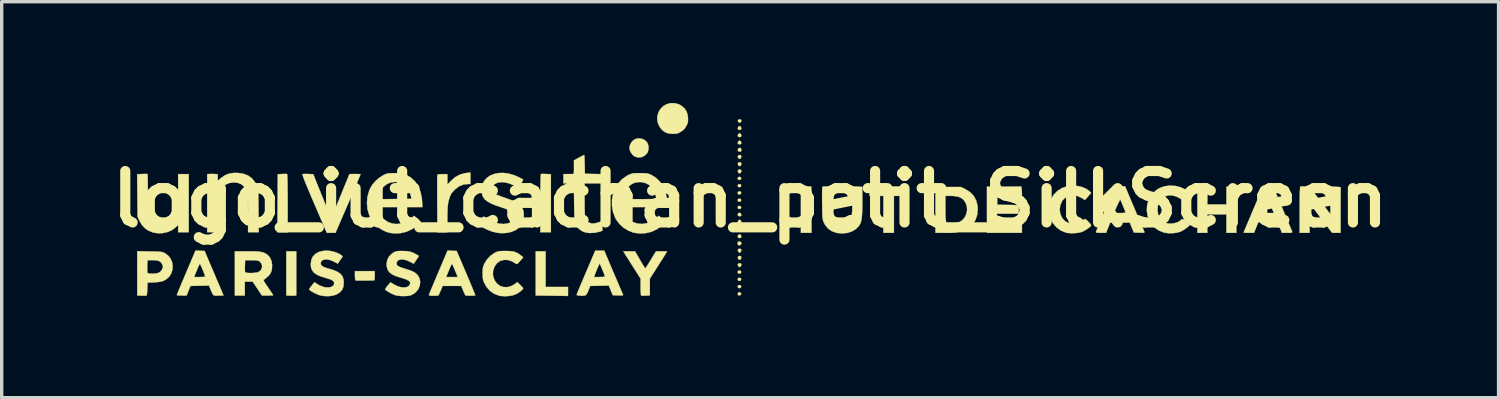
<source format=kicad_pcb>
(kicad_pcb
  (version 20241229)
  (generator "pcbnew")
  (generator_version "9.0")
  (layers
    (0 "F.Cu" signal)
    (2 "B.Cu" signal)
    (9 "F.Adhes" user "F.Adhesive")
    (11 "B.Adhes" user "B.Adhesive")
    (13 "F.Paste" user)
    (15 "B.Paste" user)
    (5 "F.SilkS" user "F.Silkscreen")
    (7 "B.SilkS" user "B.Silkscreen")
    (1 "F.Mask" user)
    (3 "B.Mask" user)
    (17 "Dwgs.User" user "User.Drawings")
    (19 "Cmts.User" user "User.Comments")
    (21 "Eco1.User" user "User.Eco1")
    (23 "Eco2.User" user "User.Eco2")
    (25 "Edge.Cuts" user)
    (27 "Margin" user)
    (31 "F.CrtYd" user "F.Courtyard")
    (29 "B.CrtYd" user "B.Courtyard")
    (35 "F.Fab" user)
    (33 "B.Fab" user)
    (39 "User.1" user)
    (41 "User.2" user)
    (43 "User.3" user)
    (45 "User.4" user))
  (footprint "logo_iut_cachan_petit_SilkScreen"
    (layer "F.Cu")
    (at 19.166 2.849)
    (property "Reference" "logo_iut_cachan_petit_SilkScreen" (at 0 0 0) (layer "F.SilkS") (effects (font (size 1.524 1.524) (thickness 0.3))))
    (attr through_hole)
    (fp_poly (pts (xy -13.442 2.848) (xy -13.486 2.855) (xy -13.531 2.858) (xy -13.596 2.858) (xy -13.633 2.856) (xy -13.736 2.851) (xy -13.736 1.544) (xy -13.442 1.544) (xy -13.442 2.848)) (stroke (width 0.01) (type solid)) (fill yes) (layer "F.SilkS"))
    (fp_poly (pts (xy -0.284 -0.652) (xy -0.264 -0.621) (xy -0.264 -0.615) (xy -0.279 -0.583) (xy -0.313 -0.569) (xy -0.348 -0.576) (xy -0.364 -0.596) (xy -0.365 -0.634) (xy -0.356 -0.648) (xy -0.32 -0.663) (xy -0.284 -0.652)) (stroke (width 0.01) (type solid)) (fill yes) (layer "F.SilkS"))
    (fp_poly (pts (xy -0.284 -0.437) (xy -0.264 -0.406) (xy -0.264 -0.4) (xy -0.279 -0.368) (xy -0.313 -0.354) (xy -0.348 -0.361) (xy -0.364 -0.381) (xy -0.365 -0.419) (xy -0.356 -0.433) (xy -0.32 -0.448) (xy -0.284 -0.437)) (stroke (width 0.01) (type solid)) (fill yes) (layer "F.SilkS"))
    (fp_poly (pts (xy -0.284 -0.222) (xy -0.264 -0.191) (xy -0.264 -0.185) (xy -0.279 -0.153) (xy -0.313 -0.139) (xy -0.348 -0.146) (xy -0.364 -0.166) (xy -0.365 -0.204) (xy -0.356 -0.218) (xy -0.32 -0.233) (xy -0.284 -0.222)) (stroke (width 0.01) (type solid)) (fill yes) (layer "F.SilkS"))
    (fp_poly (pts (xy -0.284 -0.007) (xy -0.264 0.024) (xy -0.264 0.03) (xy -0.279 0.062) (xy -0.313 0.076) (xy -0.348 0.069) (xy -0.364 0.049) (xy -0.365 0.011) (xy -0.356 -0.003) (xy -0.32 -0.018) (xy -0.284 -0.007)) (stroke (width 0.01) (type solid)) (fill yes) (layer "F.SilkS"))
    (fp_poly (pts (xy -0.284 0.208) (xy -0.264 0.239) (xy -0.264 0.244) (xy -0.279 0.277) (xy -0.313 0.291) (xy -0.348 0.284) (xy -0.364 0.264) (xy -0.365 0.226) (xy -0.356 0.212) (xy -0.32 0.197) (xy -0.284 0.208)) (stroke (width 0.01) (type solid)) (fill yes) (layer "F.SilkS"))
    (fp_poly (pts (xy -0.284 2.122) (xy -0.264 2.153) (xy -0.264 2.159) (xy -0.279 2.192) (xy -0.313 2.206) (xy -0.348 2.199) (xy -0.364 2.179) (xy -0.365 2.141) (xy -0.356 2.127) (xy -0.32 2.111) (xy -0.284 2.122)) (stroke (width 0.01) (type solid)) (fill yes) (layer "F.SilkS"))
    (fp_poly (pts (xy -0.284 2.337) (xy -0.264 2.368) (xy -0.264 2.374) (xy -0.279 2.406) (xy -0.313 2.421) (xy -0.348 2.414) (xy -0.364 2.394) (xy -0.365 2.356) (xy -0.356 2.341) (xy -0.32 2.326) (xy -0.284 2.337)) (stroke (width 0.01) (type solid)) (fill yes) (layer "F.SilkS"))
    (fp_poly (pts (xy -0.284 2.552) (xy -0.264 2.583) (xy -0.264 2.589) (xy -0.279 2.621) (xy -0.313 2.636) (xy -0.348 2.628) (xy -0.364 2.608) (xy -0.365 2.571) (xy -0.356 2.556) (xy -0.32 2.541) (xy -0.284 2.552)) (stroke (width 0.01) (type solid)) (fill yes) (layer "F.SilkS"))
    (fp_poly (pts (xy -0.284 2.767) (xy -0.264 2.798) (xy -0.264 2.804) (xy -0.279 2.836) (xy -0.313 2.85) (xy -0.348 2.843) (xy -0.364 2.823) (xy -0.365 2.786) (xy -0.356 2.771) (xy -0.32 2.756) (xy -0.284 2.767)) (stroke (width 0.01) (type solid)) (fill yes) (layer "F.SilkS"))
    (fp_poly (pts (xy -0.276 -2.356) (xy -0.265 -2.346) (xy -0.261 -2.31) (xy -0.283 -2.278) (xy -0.313 -2.266) (xy -0.348 -2.282) (xy -0.359 -2.298) (xy -0.362 -2.34) (xy -0.333 -2.362) (xy -0.313 -2.364) (xy -0.276 -2.356)) (stroke (width 0.01) (type solid)) (fill yes) (layer "F.SilkS"))
    (fp_poly (pts (xy -0.294 -2.158) (xy -0.281 -2.145) (xy -0.259 -2.105) (xy -0.269 -2.07) (xy -0.306 -2.052) (xy -0.313 -2.052) (xy -0.351 -2.065) (xy -0.365 -2.082) (xy -0.362 -2.119) (xy -0.345 -2.145) (xy -0.317 -2.167) (xy -0.294 -2.158)) (stroke (width 0.01) (type solid)) (fill yes) (layer "F.SilkS"))
    (fp_poly (pts (xy -0.294 -1.943) (xy -0.281 -1.93) (xy -0.259 -1.89) (xy -0.269 -1.855) (xy -0.306 -1.837) (xy -0.313 -1.837) (xy -0.351 -1.85) (xy -0.365 -1.867) (xy -0.362 -1.904) (xy -0.345 -1.93) (xy -0.317 -1.952) (xy -0.294 -1.943)) (stroke (width 0.01) (type solid)) (fill yes) (layer "F.SilkS"))
    (fp_poly (pts (xy -0.294 -1.728) (xy -0.281 -1.715) (xy -0.259 -1.675) (xy -0.269 -1.64) (xy -0.306 -1.622) (xy -0.313 -1.622) (xy -0.351 -1.635) (xy -0.365 -1.653) (xy -0.362 -1.689) (xy -0.345 -1.715) (xy -0.317 -1.737) (xy -0.294 -1.728)) (stroke (width 0.01) (type solid)) (fill yes) (layer "F.SilkS"))
    (fp_poly (pts (xy -0.294 0.616) (xy -0.281 0.629) (xy -0.259 0.669) (xy -0.269 0.705) (xy -0.306 0.723) (xy -0.313 0.723) (xy -0.351 0.71) (xy -0.365 0.692) (xy -0.362 0.655) (xy -0.345 0.629) (xy -0.317 0.608) (xy -0.294 0.616)) (stroke (width 0.01) (type solid)) (fill yes) (layer "F.SilkS"))
    (fp_poly (pts (xy -0.294 0.831) (xy -0.281 0.844) (xy -0.259 0.884) (xy -0.269 0.92) (xy -0.306 0.938) (xy -0.313 0.938) (xy -0.351 0.925) (xy -0.365 0.907) (xy -0.362 0.87) (xy -0.345 0.844) (xy -0.317 0.823) (xy -0.294 0.831)) (stroke (width 0.01) (type solid)) (fill yes) (layer "F.SilkS"))
    (fp_poly (pts (xy -0.294 1.046) (xy -0.281 1.059) (xy -0.259 1.099) (xy -0.269 1.135) (xy -0.306 1.152) (xy -0.313 1.153) (xy -0.351 1.14) (xy -0.365 1.122) (xy -0.362 1.085) (xy -0.345 1.059) (xy -0.317 1.038) (xy -0.294 1.046)) (stroke (width 0.01) (type solid)) (fill yes) (layer "F.SilkS"))
    (fp_poly (pts (xy -0.292 0.412) (xy -0.284 0.417) (xy -0.259 0.452) (xy -0.266 0.487) (xy -0.3 0.507) (xy -0.313 0.508) (xy -0.351 0.495) (xy -0.365 0.477) (xy -0.362 0.439) (xy -0.349 0.418) (xy -0.321 0.4) (xy -0.292 0.412)) (stroke (width 0.01) (type solid)) (fill yes) (layer "F.SilkS"))
    (fp_poly (pts (xy -0.276 -1.508) (xy -0.26 -1.471) (xy -0.26 -1.434) (xy -0.264 -1.426) (xy -0.294 -1.408) (xy -0.334 -1.411) (xy -0.363 -1.433) (xy -0.364 -1.436) (xy -0.362 -1.476) (xy -0.335 -1.511) (xy -0.302 -1.524) (xy -0.276 -1.508)) (stroke (width 0.01) (type solid)) (fill yes) (layer "F.SilkS"))
    (fp_poly (pts (xy -0.275 -1.296) (xy -0.261 -1.28) (xy -0.263 -1.244) (xy -0.284 -1.208) (xy -0.313 -1.192) (xy -0.313 -1.192) (xy -0.336 -1.205) (xy -0.351 -1.221) (xy -0.367 -1.262) (xy -0.351 -1.296) (xy -0.313 -1.309) (xy -0.275 -1.296)) (stroke (width 0.01) (type solid)) (fill yes) (layer "F.SilkS"))
    (fp_poly (pts (xy -0.275 -1.081) (xy -0.261 -1.065) (xy -0.263 -1.029) (xy -0.284 -0.993) (xy -0.313 -0.977) (xy -0.313 -0.977) (xy -0.336 -0.99) (xy -0.351 -1.006) (xy -0.367 -1.047) (xy -0.351 -1.081) (xy -0.313 -1.094) (xy -0.275 -1.081)) (stroke (width 0.01) (type solid)) (fill yes) (layer "F.SilkS"))
    (fp_poly (pts (xy -0.275 -0.867) (xy -0.261 -0.85) (xy -0.263 -0.814) (xy -0.284 -0.778) (xy -0.313 -0.762) (xy -0.313 -0.762) (xy -0.336 -0.775) (xy -0.351 -0.791) (xy -0.367 -0.832) (xy -0.351 -0.866) (xy -0.313 -0.879) (xy -0.275 -0.867)) (stroke (width 0.01) (type solid)) (fill yes) (layer "F.SilkS"))
    (fp_poly (pts (xy -0.275 1.478) (xy -0.261 1.495) (xy -0.263 1.531) (xy -0.284 1.566) (xy -0.313 1.583) (xy -0.313 1.583) (xy -0.336 1.569) (xy -0.351 1.554) (xy -0.367 1.513) (xy -0.351 1.479) (xy -0.313 1.465) (xy -0.275 1.478)) (stroke (width 0.01) (type solid)) (fill yes) (layer "F.SilkS"))
    (fp_poly (pts (xy -0.275 1.693) (xy -0.261 1.71) (xy -0.263 1.746) (xy -0.284 1.781) (xy -0.313 1.798) (xy -0.313 1.798) (xy -0.336 1.784) (xy -0.351 1.768) (xy -0.367 1.728) (xy -0.351 1.694) (xy -0.313 1.68) (xy -0.275 1.693)) (stroke (width 0.01) (type solid)) (fill yes) (layer "F.SilkS"))
    (fp_poly (pts (xy -0.275 1.908) (xy -0.261 1.925) (xy -0.263 1.96) (xy -0.284 1.996) (xy -0.313 2.012) (xy -0.313 2.012) (xy -0.336 1.999) (xy -0.351 1.983) (xy -0.367 1.942) (xy -0.351 1.908) (xy -0.313 1.895) (xy -0.275 1.908)) (stroke (width 0.01) (type solid)) (fill yes) (layer "F.SilkS"))
    (fp_poly (pts (xy -0.275 1.272) (xy -0.257 1.307) (xy -0.258 1.316) (xy -0.278 1.349) (xy -0.315 1.366) (xy -0.352 1.36) (xy -0.357 1.355) (xy -0.37 1.322) (xy -0.366 1.281) (xy -0.352 1.26) (xy -0.311 1.253) (xy -0.275 1.272)) (stroke (width 0.01) (type solid)) (fill yes) (layer "F.SilkS"))
    (fp_poly (pts (xy 13.544 -0.107) (xy 13.538 0.156) (xy 14.107 0.156) (xy 14.107 -0.371) (xy 14.4 -0.371) (xy 14.4 0.996) (xy 14.107 0.996) (xy 14.107 0.449) (xy 13.54 0.449) (xy 13.54 0.996) (xy 13.247 0.996) (xy 13.247 -0.371) (xy 13.55 -0.371) (xy 13.544 -0.107)) (stroke (width 0.01) (type solid)) (fill yes) (layer "F.SilkS"))
    (fp_poly (pts (xy -13.74 -0.748) (xy -13.716 -0.746) (xy -13.711 -0.725) (xy -13.706 -0.666) (xy -13.703 -0.572) (xy -13.7 -0.443) (xy -13.698 -0.282) (xy -13.697 -0.089) (xy -13.696 0.119) (xy -13.696 0.977) (xy -13.999 0.977) (xy -13.994 0.119) (xy -13.989 -0.739) (xy -13.862 -0.746) (xy -13.793 -0.748) (xy -13.74 -0.748)) (stroke (width 0.01) (type solid)) (fill yes) (layer "F.SilkS"))
    (fp_poly (pts (xy -6.04 -0.746) (xy -6.038 -0.746) (xy -5.901 -0.739) (xy -5.901 0.977) (xy -6.213 0.977) (xy -6.213 0.119) (xy -6.213 -0.101) (xy -6.212 -0.291) (xy -6.209 -0.45) (xy -6.207 -0.577) (xy -6.203 -0.67) (xy -6.199 -0.727) (xy -6.194 -0.746) (xy -6.166 -0.748) (xy -6.111 -0.748) (xy -6.04 -0.746)) (stroke (width 0.01) (type solid)) (fill yes) (layer "F.SilkS"))
    (fp_poly (pts (xy 1.78 -0.376) (xy 1.808 -0.374) (xy 1.809 -0.373) (xy 1.811 -0.352) (xy 1.813 -0.297) (xy 1.814 -0.211) (xy 1.815 -0.1) (xy 1.816 0.032) (xy 1.817 0.18) (xy 1.817 0.316) (xy 1.817 0.996) (xy 1.504 0.996) (xy 1.504 -0.368) (xy 1.653 -0.375) (xy 1.725 -0.377) (xy 1.78 -0.376)) (stroke (width 0.01) (type solid)) (fill yes) (layer "F.SilkS"))
    (fp_poly (pts (xy -6.057 2.599) (xy -5.393 2.599) (xy -5.393 2.735) (xy -5.393 2.802) (xy -5.395 2.849) (xy -5.397 2.868) (xy -5.397 2.868) (xy -5.418 2.866) (xy -5.471 2.864) (xy -5.553 2.863) (xy -5.658 2.861) (xy -5.781 2.859) (xy -5.876 2.858) (xy -6.35 2.852) (xy -6.35 1.544) (xy -6.057 1.544) (xy -6.057 2.599)) (stroke (width 0.01) (type solid)) (fill yes) (layer "F.SilkS"))
    (fp_poly (pts (xy -11.117 2.266) (xy -11.119 2.334) (xy -11.124 2.383) (xy -11.131 2.404) (xy -11.132 2.404) (xy -11.197 2.406) (xy -11.28 2.407) (xy -11.373 2.408) (xy -11.467 2.409) (xy -11.554 2.409) (xy -11.625 2.409) (xy -11.671 2.408) (xy -11.684 2.406) (xy -11.694 2.385) (xy -11.701 2.335) (xy -11.704 2.268) (xy -11.704 2.265) (xy -11.704 2.13) (xy -11.117 2.13) (xy -11.117 2.266)) (stroke (width 0.01) (type solid)) (fill yes) (layer "F.SilkS"))
    (fp_poly (pts (xy 4.559 -0.377) (xy 4.621 -0.376) (xy 4.649 -0.375) (xy 4.65 -0.374) (xy 4.66 -0.353) (xy 4.667 -0.303) (xy 4.67 -0.236) (xy 4.67 -0.233) (xy 4.67 -0.098) (xy 4.259 -0.098) (xy 4.259 0.996) (xy 3.947 0.996) (xy 3.947 -0.098) (xy 3.536 -0.098) (xy 3.536 -0.37) (xy 4.084 -0.376) (xy 4.227 -0.377) (xy 4.357 -0.377) (xy 4.47 -0.377) (xy 4.559 -0.377)) (stroke (width 0.01) (type solid)) (fill yes) (layer "F.SilkS"))
    (fp_poly (pts (xy -3.197 -1.786) (xy -3.113 -1.745) (xy -3.05 -1.679) (xy -3.047 -1.674) (xy -3.014 -1.589) (xy -3.008 -1.494) (xy -3.028 -1.405) (xy -3.062 -1.347) (xy -3.144 -1.276) (xy -3.237 -1.239) (xy -3.335 -1.238) (xy -3.42 -1.267) (xy -3.482 -1.316) (xy -3.534 -1.387) (xy -3.568 -1.463) (xy -3.575 -1.51) (xy -3.558 -1.603) (xy -3.51 -1.692) (xy -3.459 -1.745) (xy -3.38 -1.788) (xy -3.289 -1.801) (xy -3.197 -1.786)) (stroke (width 0.01) (type solid)) (fill yes) (layer "F.SilkS"))
    (fp_poly (pts (xy -2.231 -2.843) (xy -2.11 -2.809) (xy -2.045 -2.775) (xy -1.947 -2.694) (xy -1.882 -2.597) (xy -1.847 -2.478) (xy -1.841 -2.413) (xy -1.839 -2.334) (xy -1.845 -2.275) (xy -1.864 -2.22) (xy -1.89 -2.169) (xy -1.938 -2.092) (xy -1.996 -2.035) (xy -2.052 -1.998) (xy -2.119 -1.961) (xy -2.177 -1.942) (xy -2.245 -1.935) (xy -2.285 -1.935) (xy -2.4 -1.944) (xy -2.492 -1.971) (xy -2.492 -1.971) (xy -2.594 -2.038) (xy -2.674 -2.131) (xy -2.728 -2.244) (xy -2.751 -2.368) (xy -2.749 -2.445) (xy -2.716 -2.569) (xy -2.654 -2.674) (xy -2.569 -2.757) (xy -2.466 -2.815) (xy -2.351 -2.844) (xy -2.231 -2.843)) (stroke (width 0.01) (type solid)) (fill yes) (layer "F.SilkS"))
    (fp_poly (pts (xy 8.033 -0.361) (xy 8.041 -0.316) (xy 8.045 -0.251) (xy 8.046 -0.244) (xy 8.051 -0.107) (xy 7.317 -0.107) (xy 7.317 0.166) (xy 7.627 0.17) (xy 7.733 0.171) (xy 7.823 0.173) (xy 7.893 0.176) (xy 7.934 0.178) (xy 7.943 0.18) (xy 7.95 0.207) (xy 7.954 0.266) (xy 7.954 0.346) (xy 7.954 0.347) (xy 7.952 0.43) (xy 7.307 0.43) (xy 7.307 0.723) (xy 8.05 0.723) (xy 8.05 0.996) (xy 7.014 0.996) (xy 7.014 -0.371) (xy 7.513 -0.371) (xy 7.648 -0.371) (xy 7.771 -0.372) (xy 7.876 -0.373) (xy 7.957 -0.374) (xy 8.008 -0.375) (xy 8.025 -0.376) (xy 8.033 -0.361)) (stroke (width 0.01) (type solid)) (fill yes) (layer "F.SilkS"))
    (fp_poly (pts (xy 16.378 -0.377) (xy 16.44 -0.375) (xy 16.565 -0.368) (xy 16.875 0.038) (xy 17.184 0.444) (xy 17.189 0.036) (xy 17.195 -0.373) (xy 17.346 -0.367) (xy 17.416 -0.363) (xy 17.468 -0.356) (xy 17.491 -0.349) (xy 17.492 -0.347) (xy 17.491 -0.324) (xy 17.49 -0.268) (xy 17.489 -0.181) (xy 17.488 -0.069) (xy 17.487 0.063) (xy 17.487 0.212) (xy 17.487 0.332) (xy 17.487 0.996) (xy 17.238 0.996) (xy 16.908 0.564) (xy 16.578 0.131) (xy 16.568 0.996) (xy 16.276 0.996) (xy 16.276 0.314) (xy 16.276 0.122) (xy 16.278 -0.042) (xy 16.28 -0.176) (xy 16.284 -0.277) (xy 16.288 -0.343) (xy 16.293 -0.373) (xy 16.295 -0.374) (xy 16.323 -0.377) (xy 16.378 -0.377)) (stroke (width 0.01) (type solid)) (fill yes) (layer "F.SilkS"))
    (fp_poly (pts (xy -2.551 1.544) (xy -2.494 1.547) (xy -2.464 1.55) (xy -2.462 1.551) (xy -2.472 1.569) (xy -2.5 1.615) (xy -2.544 1.685) (xy -2.6 1.774) (xy -2.666 1.877) (xy -2.716 1.956) (xy -2.97 2.354) (xy -2.97 2.849) (xy -3.087 2.856) (xy -3.153 2.858) (xy -3.204 2.858) (xy -3.224 2.856) (xy -3.232 2.834) (xy -3.238 2.78) (xy -3.242 2.699) (xy -3.243 2.602) (xy -3.243 2.354) (xy -3.454 2.022) (xy -3.522 1.915) (xy -3.585 1.815) (xy -3.64 1.728) (xy -3.682 1.661) (xy -3.708 1.619) (xy -3.71 1.617) (xy -3.755 1.544) (xy -3.582 1.544) (xy -3.409 1.544) (xy -3.263 1.797) (xy -3.211 1.885) (xy -3.166 1.96) (xy -3.131 2.016) (xy -3.109 2.047) (xy -3.105 2.051) (xy -3.092 2.035) (xy -3.062 1.992) (xy -3.02 1.926) (xy -2.97 1.844) (xy -2.941 1.798) (xy -2.788 1.544) (xy -2.625 1.544) (xy -2.551 1.544)) (stroke (width 0.01) (type solid)) (fill yes) (layer "F.SilkS"))
    (fp_poly (pts (xy -8.284 -0.449) (xy -8.359 -0.449) (xy -8.495 -0.433) (xy -8.619 -0.382) (xy -8.735 -0.294) (xy -8.755 -0.275) (xy -8.818 -0.208) (xy -8.859 -0.15) (xy -8.889 -0.086) (xy -8.908 -0.027) (xy -8.927 0.038) (xy -8.941 0.098) (xy -8.951 0.16) (xy -8.958 0.231) (xy -8.963 0.318) (xy -8.966 0.427) (xy -8.967 0.565) (xy -8.967 0.63) (xy -8.968 0.977) (xy -9.26 0.977) (xy -9.266 0.137) (xy -9.267 -0.041) (xy -9.267 -0.207) (xy -9.268 -0.357) (xy -9.267 -0.487) (xy -9.267 -0.592) (xy -9.266 -0.669) (xy -9.265 -0.714) (xy -9.264 -0.723) (xy -9.243 -0.732) (xy -9.193 -0.739) (xy -9.124 -0.742) (xy -9.113 -0.742) (xy -8.968 -0.742) (xy -8.966 -0.63) (xy -8.965 -0.559) (xy -8.966 -0.496) (xy -8.968 -0.469) (xy -8.966 -0.448) (xy -8.955 -0.447) (xy -8.93 -0.469) (xy -8.884 -0.517) (xy -8.871 -0.532) (xy -8.749 -0.642) (xy -8.61 -0.722) (xy -8.461 -0.768) (xy -8.404 -0.776) (xy -8.284 -0.787) (xy -8.284 -0.449)) (stroke (width 0.01) (type solid)) (fill yes) (layer "F.SilkS"))
    (fp_poly (pts (xy 15.762 0.268) (xy 15.826 0.42) (xy 15.886 0.562) (xy 15.939 0.688) (xy 15.984 0.796) (xy 16.019 0.88) (xy 16.043 0.937) (xy 16.053 0.962) (xy 16.055 0.979) (xy 16.042 0.989) (xy 16.008 0.995) (xy 15.944 0.996) (xy 15.908 0.996) (xy 15.751 0.996) (xy 15.687 0.84) (xy 15.623 0.684) (xy 15.049 0.684) (xy 14.986 0.84) (xy 14.923 0.996) (xy 14.769 0.996) (xy 14.697 0.996) (xy 14.643 0.993) (xy 14.616 0.99) (xy 14.615 0.989) (xy 14.622 0.971) (xy 14.643 0.92) (xy 14.676 0.841) (xy 14.72 0.738) (xy 14.772 0.615) (xy 14.831 0.475) (xy 14.858 0.41) (xy 15.162 0.41) (xy 15.51 0.41) (xy 15.429 0.205) (xy 15.395 0.124) (xy 15.366 0.057) (xy 15.345 0.014) (xy 15.336 0.000163) (xy 15.323 0.017) (xy 15.302 0.06) (xy 15.284 0.103) (xy 15.252 0.185) (xy 15.217 0.274) (xy 15.203 0.308) (xy 15.162 0.41) (xy 14.858 0.41) (xy 14.895 0.324) (xy 14.905 0.301) (xy 15.195 -0.381) (xy 15.34 -0.386) (xy 15.484 -0.391) (xy 15.762 0.268)) (stroke (width 0.01) (type solid)) (fill yes) (layer "F.SilkS"))
    (fp_poly (pts (xy -15.173 -0.778) (xy -15.009 -0.753) (xy -14.87 -0.7) (xy -14.755 -0.617) (xy -14.664 -0.503) (xy -14.622 -0.425) (xy -14.566 -0.303) (xy -14.56 0.337) (xy -14.554 0.977) (xy -14.869 0.977) (xy -14.869 0.405) (xy -14.869 0.241) (xy -14.87 0.11) (xy -14.871 0.009) (xy -14.873 -0.068) (xy -14.877 -0.126) (xy -14.883 -0.169) (xy -14.89 -0.202) (xy -14.9 -0.231) (xy -14.913 -0.26) (xy -14.916 -0.266) (xy -14.984 -0.371) (xy -15.074 -0.446) (xy -15.178 -0.486) (xy -15.31 -0.498) (xy -15.436 -0.476) (xy -15.549 -0.424) (xy -15.643 -0.344) (xy -15.706 -0.249) (xy -15.723 -0.213) (xy -15.736 -0.179) (xy -15.746 -0.142) (xy -15.753 -0.096) (xy -15.758 -0.037) (xy -15.762 0.04) (xy -15.764 0.14) (xy -15.765 0.269) (xy -15.766 0.431) (xy -15.766 0.464) (xy -15.768 0.977) (xy -16.08 0.977) (xy -16.08 -0.74) (xy -16.026 -0.746) (xy -15.975 -0.748) (xy -15.906 -0.747) (xy -15.87 -0.746) (xy -15.768 -0.739) (xy -15.768 -0.547) (xy -15.66 -0.634) (xy -15.547 -0.711) (xy -15.427 -0.758) (xy -15.292 -0.778) (xy -15.173 -0.778)) (stroke (width 0.01) (type solid)) (fill yes) (layer "F.SilkS"))
    (fp_poly (pts (xy -17.877 -0.748) (xy -17.848 -0.745) (xy -17.847 -0.744) (xy -17.845 -0.723) (xy -17.843 -0.668) (xy -17.841 -0.584) (xy -17.84 -0.476) (xy -17.839 -0.349) (xy -17.839 -0.208) (xy -17.839 -0.185) (xy -17.838 -0.005) (xy -17.836 0.141) (xy -17.832 0.257) (xy -17.826 0.348) (xy -17.816 0.419) (xy -17.802 0.474) (xy -17.783 0.517) (xy -17.759 0.555) (xy -17.728 0.59) (xy -17.726 0.593) (xy -17.634 0.664) (xy -17.524 0.706) (xy -17.406 0.72) (xy -17.287 0.706) (xy -17.176 0.665) (xy -17.081 0.596) (xy -17.045 0.556) (xy -17.016 0.514) (xy -16.992 0.47) (xy -16.974 0.42) (xy -16.961 0.358) (xy -16.951 0.28) (xy -16.945 0.181) (xy -16.942 0.056) (xy -16.94 -0.1) (xy -16.94 -0.218) (xy -16.94 -0.742) (xy -16.627 -0.742) (xy -16.627 0.977) (xy -16.94 0.977) (xy -16.94 0.76) (xy -17.013 0.832) (xy -17.124 0.916) (xy -17.258 0.974) (xy -17.405 1.006) (xy -17.556 1.008) (xy -17.681 0.986) (xy -17.822 0.931) (xy -17.936 0.85) (xy -18.029 0.739) (xy -18.087 0.635) (xy -18.141 0.518) (xy -18.154 -0.739) (xy -18.004 -0.746) (xy -17.932 -0.748) (xy -17.877 -0.748)) (stroke (width 0.01) (type solid)) (fill yes) (layer "F.SilkS"))
    (fp_poly (pts (xy -16.29 1.528) (xy -16.156 1.534) (xy -15.99 1.925) (xy -15.931 2.062) (xy -15.869 2.207) (xy -15.809 2.35) (xy -15.754 2.479) (xy -15.71 2.582) (xy -15.596 2.85) (xy -15.734 2.856) (xy -15.806 2.857) (xy -15.863 2.852) (xy -15.894 2.843) (xy -15.894 2.843) (xy -15.913 2.816) (xy -15.939 2.764) (xy -15.969 2.697) (xy -15.972 2.691) (xy -16.026 2.558) (xy -16.301 2.564) (xy -16.576 2.569) (xy -16.633 2.711) (xy -16.69 2.853) (xy -16.835 2.853) (xy -16.904 2.851) (xy -16.955 2.846) (xy -16.978 2.84) (xy -16.979 2.839) (xy -16.972 2.818) (xy -16.95 2.766) (xy -16.918 2.685) (xy -16.874 2.582) (xy -16.823 2.458) (xy -16.764 2.32) (xy -16.758 2.306) (xy -16.468 2.306) (xy -16.303 2.306) (xy -16.229 2.304) (xy -16.172 2.3) (xy -16.141 2.294) (xy -16.139 2.291) (xy -16.146 2.264) (xy -16.164 2.212) (xy -16.19 2.146) (xy -16.22 2.075) (xy -16.249 2.007) (xy -16.274 1.952) (xy -16.291 1.92) (xy -16.296 1.915) (xy -16.309 1.932) (xy -16.332 1.978) (xy -16.362 2.045) (xy -16.389 2.11) (xy -16.468 2.306) (xy -16.758 2.306) (xy -16.702 2.173) (xy -16.425 1.522) (xy -16.29 1.528)) (stroke (width 0.01) (type solid)) (fill yes) (layer "F.SilkS"))
    (fp_poly (pts (xy -8.825 1.528) (xy -8.691 1.534) (xy -8.412 2.188) (xy -8.348 2.338) (xy -8.29 2.476) (xy -8.239 2.598) (xy -8.197 2.701) (xy -8.165 2.78) (xy -8.145 2.831) (xy -8.139 2.85) (xy -8.139 2.85) (xy -8.161 2.854) (xy -8.21 2.857) (xy -8.274 2.858) (xy -8.339 2.857) (xy -8.395 2.855) (xy -8.428 2.85) (xy -8.431 2.849) (xy -8.444 2.827) (xy -8.466 2.778) (xy -8.495 2.714) (xy -8.499 2.704) (xy -8.556 2.569) (xy -9.107 2.569) (xy -9.164 2.704) (xy -9.193 2.77) (xy -9.216 2.821) (xy -9.229 2.847) (xy -9.23 2.848) (xy -9.255 2.854) (xy -9.305 2.858) (xy -9.367 2.86) (xy -9.429 2.86) (xy -9.471 2.856) (xy -9.506 2.847) (xy -9.515 2.84) (xy -9.508 2.82) (xy -9.487 2.768) (xy -9.454 2.689) (xy -9.411 2.586) (xy -9.359 2.463) (xy -9.301 2.325) (xy -9.293 2.306) (xy -9.004 2.306) (xy -8.659 2.306) (xy -8.739 2.11) (xy -8.773 2.031) (xy -8.802 1.967) (xy -8.823 1.926) (xy -8.831 1.915) (xy -8.843 1.932) (xy -8.866 1.977) (xy -8.896 2.045) (xy -8.923 2.11) (xy -9.004 2.306) (xy -9.293 2.306) (xy -9.238 2.176) (xy -8.96 1.522) (xy -8.825 1.528)) (stroke (width 0.01) (type solid)) (fill yes) (layer "F.SilkS"))
    (fp_poly (pts (xy -4.054 2.154) (xy -3.99 2.302) (xy -3.931 2.44) (xy -3.879 2.563) (xy -3.834 2.667) (xy -3.799 2.748) (xy -3.776 2.8) (xy -3.767 2.819) (xy -3.761 2.836) (xy -3.77 2.846) (xy -3.8 2.85) (xy -3.858 2.85) (xy -3.908 2.849) (xy -4.067 2.843) (xy -4.126 2.701) (xy -4.185 2.558) (xy -4.46 2.564) (xy -4.736 2.569) (xy -4.792 2.709) (xy -4.824 2.782) (xy -4.853 2.828) (xy -4.89 2.852) (xy -4.944 2.86) (xy -5.025 2.858) (xy -5.048 2.856) (xy -5.105 2.85) (xy -5.131 2.839) (xy -5.134 2.82) (xy -5.134 2.817) (xy -5.124 2.792) (xy -5.101 2.735) (xy -5.066 2.651) (xy -5.021 2.544) (xy -4.968 2.419) (xy -4.92 2.306) (xy -4.627 2.306) (xy -4.463 2.306) (xy -4.388 2.304) (xy -4.331 2.299) (xy -4.301 2.292) (xy -4.298 2.289) (xy -4.306 2.265) (xy -4.324 2.215) (xy -4.351 2.149) (xy -4.381 2.076) (xy -4.41 2.006) (xy -4.436 1.948) (xy -4.453 1.913) (xy -4.456 1.907) (xy -4.466 1.92) (xy -4.487 1.963) (xy -4.516 2.029) (xy -4.546 2.102) (xy -4.627 2.306) (xy -4.92 2.306) (xy -4.909 2.28) (xy -4.855 2.154) (xy -4.586 1.524) (xy -4.321 1.524) (xy -4.054 2.154)) (stroke (width 0.01) (type solid)) (fill yes) (layer "F.SilkS"))
    (fp_poly (pts (xy -17.785 1.547) (xy -17.654 1.55) (xy -17.556 1.553) (xy -17.485 1.557) (xy -17.432 1.563) (xy -17.393 1.573) (xy -17.361 1.585) (xy -17.337 1.597) (xy -17.236 1.671) (xy -17.163 1.765) (xy -17.118 1.873) (xy -17.101 1.988) (xy -17.112 2.103) (xy -17.151 2.212) (xy -17.218 2.309) (xy -17.314 2.386) (xy -17.339 2.401) (xy -17.393 2.425) (xy -17.45 2.442) (xy -17.521 2.452) (xy -17.617 2.46) (xy -17.642 2.461) (xy -17.848 2.472) (xy -17.854 2.66) (xy -17.859 2.763) (xy -17.868 2.827) (xy -17.881 2.855) (xy -17.883 2.856) (xy -17.914 2.858) (xy -17.971 2.858) (xy -18.029 2.857) (xy -18.151 2.851) (xy -18.151 2.061) (xy -17.856 2.061) (xy -17.855 2.129) (xy -17.852 2.172) (xy -17.85 2.18) (xy -17.826 2.196) (xy -17.773 2.206) (xy -17.704 2.208) (xy -17.63 2.204) (xy -17.561 2.193) (xy -17.517 2.18) (xy -17.457 2.138) (xy -17.411 2.076) (xy -17.39 2.008) (xy -17.389 1.999) (xy -17.399 1.959) (xy -17.423 1.908) (xy -17.428 1.901) (xy -17.467 1.855) (xy -17.523 1.825) (xy -17.601 1.809) (xy -17.71 1.805) (xy -17.721 1.805) (xy -17.848 1.807) (xy -17.855 1.98) (xy -17.856 2.061) (xy -18.151 2.061) (xy -18.151 1.54) (xy -17.785 1.547)) (stroke (width 0.01) (type solid)) (fill yes) (layer "F.SilkS"))
    (fp_poly (pts (xy -4.911 -1.291) (xy -4.907 -1.24) (xy -4.904 -1.164) (xy -4.901 -1.07) (xy -4.9 -1.031) (xy -4.894 -0.752) (xy -4.636 -0.747) (xy -4.377 -0.741) (xy -4.377 -0.469) (xy -4.904 -0.469) (xy -4.903 0.024) (xy -4.902 0.196) (xy -4.9 0.332) (xy -4.896 0.439) (xy -4.888 0.52) (xy -4.877 0.579) (xy -4.862 0.621) (xy -4.841 0.651) (xy -4.814 0.673) (xy -4.787 0.689) (xy -4.705 0.717) (xy -4.616 0.719) (xy -4.511 0.694) (xy -4.484 0.685) (xy -4.377 0.648) (xy -4.377 0.935) (xy -4.469 0.965) (xy -4.604 0.994) (xy -4.744 1.002) (xy -4.839 0.994) (xy -4.965 0.954) (xy -5.068 0.882) (xy -5.147 0.78) (xy -5.171 0.733) (xy -5.181 0.705) (xy -5.19 0.67) (xy -5.196 0.624) (xy -5.201 0.562) (xy -5.205 0.478) (xy -5.208 0.369) (xy -5.211 0.229) (xy -5.213 0.093) (xy -5.22 -0.469) (xy -5.529 -0.469) (xy -5.529 -0.742) (xy -5.407 -0.745) (xy -5.337 -0.745) (xy -5.279 -0.745) (xy -5.251 -0.743) (xy -5.236 -0.746) (xy -5.226 -0.76) (xy -5.22 -0.794) (xy -5.217 -0.854) (xy -5.217 -0.945) (xy -5.217 -1.149) (xy -5.071 -1.229) (xy -5.004 -1.265) (xy -4.95 -1.293) (xy -4.919 -1.308) (xy -4.915 -1.309) (xy -4.911 -1.291)) (stroke (width 0.01) (type solid)) (fill yes) (layer "F.SilkS"))
    (fp_poly (pts (xy -13.093 -0.746) (xy -13.085 -0.746) (xy -12.939 -0.74) (xy -12.91 -0.668) (xy -12.87 -0.567) (xy -12.823 -0.45) (xy -12.771 -0.321) (xy -12.716 -0.186) (xy -12.66 -0.048) (xy -12.605 0.086) (xy -12.554 0.212) (xy -12.507 0.326) (xy -12.468 0.422) (xy -12.437 0.495) (xy -12.418 0.54) (xy -12.412 0.554) (xy -12.403 0.54) (xy -12.381 0.494) (xy -12.347 0.42) (xy -12.305 0.321) (xy -12.254 0.202) (xy -12.197 0.065) (xy -12.137 -0.081) (xy -12.076 -0.231) (xy -12.02 -0.369) (xy -11.97 -0.491) (xy -11.928 -0.594) (xy -11.896 -0.672) (xy -11.875 -0.722) (xy -11.868 -0.739) (xy -11.847 -0.743) (xy -11.797 -0.745) (xy -11.727 -0.746) (xy -11.704 -0.746) (xy -11.629 -0.745) (xy -11.572 -0.743) (xy -11.541 -0.74) (xy -11.539 -0.739) (xy -11.545 -0.721) (xy -11.565 -0.67) (xy -11.598 -0.59) (xy -11.643 -0.484) (xy -11.696 -0.357) (xy -11.759 -0.212) (xy -11.827 -0.051) (xy -11.901 0.121) (xy -11.906 0.132) (xy -12.28 0.996) (xy -12.408 0.996) (xy -12.537 0.996) (xy -12.909 0.132) (xy -13.002 -0.085) (xy -13.079 -0.268) (xy -13.142 -0.418) (xy -13.19 -0.538) (xy -13.225 -0.629) (xy -13.247 -0.692) (xy -13.257 -0.729) (xy -13.256 -0.742) (xy -13.224 -0.746) (xy -13.166 -0.748) (xy -13.093 -0.746)) (stroke (width 0.01) (type solid)) (fill yes) (layer "F.SilkS"))
    (fp_poly (pts (xy 6.374 -0.297) (xy 6.512 -0.21) (xy 6.618 -0.101) (xy 6.692 0.03) (xy 6.732 0.182) (xy 6.741 0.303) (xy 6.725 0.466) (xy 6.676 0.61) (xy 6.595 0.736) (xy 6.584 0.748) (xy 6.504 0.827) (xy 6.417 0.889) (xy 6.315 0.934) (xy 6.195 0.966) (xy 6.051 0.986) (xy 5.876 0.995) (xy 5.779 0.996) (xy 5.49 0.996) (xy 5.49 0.332) (xy 5.49 0.175) (xy 5.491 0.03) (xy 5.491 -0.098) (xy 5.783 -0.098) (xy 5.783 0.3) (xy 5.784 0.421) (xy 5.786 0.528) (xy 5.789 0.616) (xy 5.792 0.678) (xy 5.797 0.709) (xy 5.798 0.711) (xy 5.825 0.718) (xy 5.879 0.719) (xy 5.951 0.717) (xy 6.03 0.711) (xy 6.103 0.702) (xy 6.162 0.691) (xy 6.184 0.684) (xy 6.278 0.628) (xy 6.352 0.546) (xy 6.402 0.444) (xy 6.425 0.332) (xy 6.42 0.217) (xy 6.391 0.127) (xy 6.335 0.035) (xy 6.262 -0.031) (xy 6.166 -0.073) (xy 6.043 -0.094) (xy 5.95 -0.098) (xy 5.783 -0.098) (xy 5.491 -0.098) (xy 5.491 -0.098) (xy 5.492 -0.204) (xy 5.493 -0.284) (xy 5.494 -0.333) (xy 5.495 -0.347) (xy 5.515 -0.351) (xy 5.568 -0.355) (xy 5.648 -0.359) (xy 5.749 -0.361) (xy 5.864 -0.361) (xy 5.872 -0.361) (xy 6.244 -0.361) (xy 6.374 -0.297)) (stroke (width 0.01) (type solid)) (fill yes) (layer "F.SilkS"))
    (fp_poly (pts (xy 12.58 -0.394) (xy 12.733 -0.359) (xy 12.872 -0.296) (xy 12.943 -0.248) (xy 12.971 -0.223) (xy 12.984 -0.201) (xy 12.979 -0.174) (xy 12.953 -0.136) (xy 12.905 -0.079) (xy 12.878 -0.049) (xy 12.838 -0.005) (xy 12.811 0.012) (xy 12.787 0.009) (xy 12.771 -0.001) (xy 12.632 -0.076) (xy 12.504 -0.114) (xy 12.387 -0.115) (xy 12.282 -0.079) (xy 12.205 -0.023) (xy 12.126 0.075) (xy 12.079 0.187) (xy 12.064 0.304) (xy 12.078 0.421) (xy 12.122 0.53) (xy 12.195 0.624) (xy 12.295 0.697) (xy 12.297 0.698) (xy 12.375 0.721) (xy 12.47 0.725) (xy 12.57 0.711) (xy 12.663 0.682) (xy 12.735 0.64) (xy 12.756 0.619) (xy 12.783 0.594) (xy 12.811 0.591) (xy 12.848 0.612) (xy 12.9 0.659) (xy 12.922 0.681) (xy 13.016 0.776) (xy 12.93 0.847) (xy 12.861 0.896) (xy 12.786 0.941) (xy 12.753 0.958) (xy 12.652 0.989) (xy 12.53 1.006) (xy 12.402 1.008) (xy 12.285 0.994) (xy 12.251 0.986) (xy 12.105 0.927) (xy 11.984 0.842) (xy 11.887 0.736) (xy 11.815 0.614) (xy 11.769 0.48) (xy 11.749 0.34) (xy 11.755 0.198) (xy 11.788 0.06) (xy 11.848 -0.07) (xy 11.937 -0.187) (xy 12.053 -0.285) (xy 12.128 -0.329) (xy 12.268 -0.38) (xy 12.422 -0.402) (xy 12.58 -0.394)) (stroke (width 0.01) (type solid)) (fill yes) (layer "F.SilkS"))
    (fp_poly (pts (xy 9.696 -0.391) (xy 9.821 -0.362) (xy 9.934 -0.317) (xy 10.024 -0.261) (xy 10.057 -0.231) (xy 10.1 -0.185) (xy 10.008 -0.081) (xy 9.916 0.024) (xy 9.811 -0.041) (xy 9.692 -0.096) (xy 9.573 -0.117) (xy 9.458 -0.104) (xy 9.355 -0.06) (xy 9.269 0.016) (xy 9.236 0.061) (xy 9.185 0.18) (xy 9.168 0.307) (xy 9.186 0.435) (xy 9.238 0.553) (xy 9.247 0.567) (xy 9.323 0.648) (xy 9.42 0.701) (xy 9.53 0.725) (xy 9.645 0.72) (xy 9.757 0.685) (xy 9.835 0.638) (xy 9.88 0.606) (xy 9.913 0.588) (xy 9.92 0.586) (xy 9.943 0.6) (xy 9.982 0.633) (xy 10.026 0.678) (xy 10.067 0.723) (xy 10.095 0.759) (xy 10.101 0.773) (xy 10.086 0.799) (xy 10.045 0.836) (xy 9.987 0.878) (xy 9.923 0.92) (xy 9.86 0.954) (xy 9.826 0.969) (xy 9.734 0.992) (xy 9.623 1.005) (xy 9.508 1.008) (xy 9.405 1) (xy 9.358 0.991) (xy 9.206 0.929) (xy 9.076 0.836) (xy 8.969 0.711) (xy 8.915 0.62) (xy 8.89 0.569) (xy 8.875 0.523) (xy 8.866 0.469) (xy 8.862 0.398) (xy 8.861 0.313) (xy 8.862 0.212) (xy 8.867 0.139) (xy 8.878 0.083) (xy 8.896 0.032) (xy 8.905 0.011) (xy 8.99 -0.13) (xy 9.102 -0.244) (xy 9.235 -0.329) (xy 9.386 -0.382) (xy 9.551 -0.402) (xy 9.696 -0.391)) (stroke (width 0.01) (type solid)) (fill yes) (layer "F.SilkS"))
    (fp_poly (pts (xy 10.96 -0.386) (xy 11.105 -0.381) (xy 11.187 -0.186) (xy 11.218 -0.112) (xy 11.261 -0.01) (xy 11.313 0.112) (xy 11.371 0.248) (xy 11.43 0.388) (xy 11.469 0.479) (xy 11.523 0.606) (xy 11.572 0.722) (xy 11.615 0.822) (xy 11.648 0.9) (xy 11.67 0.953) (xy 11.679 0.973) (xy 11.675 0.985) (xy 11.649 0.992) (xy 11.594 0.994) (xy 11.527 0.992) (xy 11.365 0.987) (xy 11.304 0.84) (xy 11.243 0.694) (xy 10.663 0.694) (xy 10.602 0.845) (xy 10.541 0.996) (xy 10.388 0.996) (xy 10.308 0.995) (xy 10.262 0.989) (xy 10.243 0.979) (xy 10.242 0.97) (xy 10.25 0.947) (xy 10.273 0.892) (xy 10.307 0.809) (xy 10.351 0.703) (xy 10.404 0.577) (xy 10.464 0.436) (xy 10.479 0.401) (xy 10.785 0.401) (xy 10.803 0.405) (xy 10.851 0.408) (xy 10.921 0.41) (xy 10.951 0.41) (xy 11.026 0.409) (xy 11.084 0.404) (xy 11.115 0.397) (xy 11.117 0.395) (xy 11.11 0.368) (xy 11.091 0.317) (xy 11.065 0.249) (xy 11.035 0.175) (xy 11.006 0.105) (xy 10.981 0.049) (xy 10.965 0.017) (xy 10.962 0.014) (xy 10.951 0.026) (xy 10.929 0.065) (xy 10.9 0.124) (xy 10.867 0.193) (xy 10.836 0.264) (xy 10.809 0.328) (xy 10.791 0.377) (xy 10.785 0.401) (xy 10.479 0.401) (xy 10.528 0.285) (xy 10.531 0.277) (xy 10.815 -0.391) (xy 10.96 -0.386)) (stroke (width 0.01) (type solid)) (fill yes) (layer "F.SilkS"))
    (fp_poly (pts (xy -7.108 1.538) (xy -7.005 1.552) (xy -6.92 1.58) (xy -6.843 1.624) (xy -6.785 1.669) (xy -6.721 1.723) (xy -6.812 1.829) (xy -6.86 1.884) (xy -6.891 1.913) (xy -6.913 1.921) (xy -6.934 1.912) (xy -6.944 1.905) (xy -7.062 1.836) (xy -7.181 1.8) (xy -7.295 1.798) (xy -7.4 1.827) (xy -7.49 1.888) (xy -7.56 1.98) (xy -7.569 1.996) (xy -7.613 2.12) (xy -7.618 2.242) (xy -7.585 2.365) (xy -7.566 2.405) (xy -7.498 2.5) (xy -7.409 2.567) (xy -7.306 2.602) (xy -7.194 2.606) (xy -7.079 2.577) (xy -6.968 2.514) (xy -6.963 2.51) (xy -6.894 2.457) (xy -6.807 2.542) (xy -6.762 2.589) (xy -6.731 2.625) (xy -6.721 2.642) (xy -6.737 2.669) (xy -6.777 2.708) (xy -6.832 2.751) (xy -6.893 2.792) (xy -6.936 2.815) (xy -7.031 2.848) (xy -7.149 2.868) (xy -7.272 2.874) (xy -7.386 2.866) (xy -7.43 2.858) (xy -7.579 2.801) (xy -7.705 2.715) (xy -7.807 2.597) (xy -7.872 2.482) (xy -7.898 2.42) (xy -7.913 2.36) (xy -7.92 2.289) (xy -7.922 2.198) (xy -7.921 2.105) (xy -7.914 2.037) (xy -7.899 1.979) (xy -7.874 1.917) (xy -7.871 1.911) (xy -7.793 1.785) (xy -7.689 1.675) (xy -7.568 1.591) (xy -7.552 1.582) (xy -7.503 1.56) (xy -7.455 1.546) (xy -7.399 1.538) (xy -7.324 1.535) (xy -7.239 1.534) (xy -7.108 1.538)) (stroke (width 0.01) (type solid)) (fill yes) (layer "F.SilkS"))
    (fp_poly (pts (xy -14.74 1.545) (xy -14.621 1.548) (xy -14.529 1.556) (xy -14.456 1.569) (xy -14.397 1.587) (xy -14.345 1.613) (xy -14.3 1.642) (xy -14.228 1.717) (xy -14.18 1.816) (xy -14.157 1.933) (xy -14.162 2.06) (xy -14.167 2.09) (xy -14.19 2.168) (xy -14.227 2.23) (xy -14.27 2.276) (xy -14.322 2.323) (xy -14.368 2.361) (xy -14.389 2.375) (xy -14.403 2.386) (xy -14.407 2.401) (xy -14.398 2.427) (xy -14.375 2.469) (xy -14.334 2.532) (xy -14.277 2.615) (xy -14.222 2.696) (xy -14.176 2.764) (xy -14.143 2.815) (xy -14.127 2.841) (xy -14.126 2.843) (xy -14.144 2.848) (xy -14.192 2.851) (xy -14.262 2.852) (xy -14.292 2.853) (xy -14.458 2.853) (xy -14.595 2.647) (xy -14.733 2.442) (xy -14.966 2.442) (xy -14.966 2.853) (xy -15.26 2.853) (xy -15.26 2.051) (xy -14.964 2.051) (xy -14.963 2.116) (xy -14.96 2.156) (xy -14.958 2.162) (xy -14.934 2.176) (xy -14.882 2.184) (xy -14.812 2.187) (xy -14.733 2.186) (xy -14.656 2.179) (xy -14.592 2.168) (xy -14.576 2.163) (xy -14.508 2.122) (xy -14.466 2.061) (xy -14.452 1.99) (xy -14.468 1.918) (xy -14.514 1.856) (xy -14.524 1.848) (xy -14.556 1.828) (xy -14.594 1.816) (xy -14.649 1.81) (xy -14.73 1.808) (xy -14.768 1.807) (xy -14.957 1.807) (xy -14.962 1.972) (xy -14.964 2.051) (xy -15.26 2.051) (xy -15.26 1.544) (xy -14.891 1.544) (xy -14.74 1.545)) (stroke (width 0.01) (type solid)) (fill yes) (layer "F.SilkS"))
    (fp_poly (pts (xy -12.441 1.533) (xy -12.332 1.556) (xy -12.23 1.591) (xy -12.148 1.632) (xy -12.124 1.648) (xy -12.067 1.695) (xy -12.214 1.909) (xy -12.319 1.853) (xy -12.42 1.809) (xy -12.515 1.786) (xy -12.598 1.786) (xy -12.664 1.806) (xy -12.705 1.847) (xy -12.716 1.883) (xy -12.713 1.933) (xy -12.686 1.973) (xy -12.631 2.007) (xy -12.544 2.039) (xy -12.5 2.052) (xy -12.347 2.098) (xy -12.229 2.147) (xy -12.143 2.202) (xy -12.085 2.267) (xy -12.05 2.344) (xy -12.036 2.436) (xy -12.036 2.468) (xy -12.046 2.588) (xy -12.081 2.682) (xy -12.145 2.755) (xy -12.243 2.817) (xy -12.26 2.826) (xy -12.36 2.857) (xy -12.481 2.872) (xy -12.608 2.869) (xy -12.729 2.849) (xy -12.769 2.837) (xy -12.836 2.81) (xy -12.91 2.775) (xy -12.978 2.737) (xy -13.032 2.703) (xy -13.06 2.678) (xy -13.061 2.678) (xy -13.054 2.654) (xy -13.021 2.605) (xy -12.964 2.534) (xy -12.903 2.464) (xy -12.885 2.468) (xy -12.861 2.486) (xy -12.796 2.53) (xy -12.71 2.572) (xy -12.622 2.602) (xy -12.585 2.61) (xy -12.488 2.615) (xy -12.408 2.6) (xy -12.351 2.566) (xy -12.321 2.517) (xy -12.322 2.466) (xy -12.338 2.433) (xy -12.372 2.404) (xy -12.429 2.377) (xy -12.515 2.348) (xy -12.593 2.325) (xy -12.739 2.278) (xy -12.85 2.226) (xy -12.929 2.165) (xy -12.98 2.092) (xy -13.007 2.004) (xy -13.012 1.922) (xy -12.995 1.797) (xy -12.947 1.694) (xy -12.868 1.614) (xy -12.761 1.558) (xy -12.628 1.529) (xy -12.541 1.524) (xy -12.441 1.533)) (stroke (width 0.01) (type solid)) (fill yes) (layer "F.SilkS"))
    (fp_poly (pts (xy -10.17 1.539) (xy -10.065 1.557) (xy -9.97 1.591) (xy -9.872 1.644) (xy -9.809 1.683) (xy -9.886 1.797) (xy -9.964 1.911) (xy -10.067 1.856) (xy -10.174 1.809) (xy -10.271 1.785) (xy -10.355 1.785) (xy -10.42 1.807) (xy -10.46 1.85) (xy -10.473 1.906) (xy -10.464 1.942) (xy -10.437 1.973) (xy -10.385 2.003) (xy -10.304 2.034) (xy -10.191 2.07) (xy -10.1 2.099) (xy -10.014 2.132) (xy -9.946 2.164) (xy -9.925 2.177) (xy -9.843 2.252) (xy -9.792 2.345) (xy -9.772 2.449) (xy -9.783 2.556) (xy -9.825 2.659) (xy -9.894 2.746) (xy -9.955 2.795) (xy -10.022 2.834) (xy -10.055 2.848) (xy -10.136 2.863) (xy -10.239 2.87) (xy -10.348 2.868) (xy -10.446 2.857) (xy -10.502 2.845) (xy -10.636 2.79) (xy -10.759 2.717) (xy -10.77 2.71) (xy -10.795 2.691) (xy -10.808 2.674) (xy -10.805 2.654) (xy -10.785 2.622) (xy -10.744 2.572) (xy -10.704 2.525) (xy -10.652 2.463) (xy -10.54 2.53) (xy -10.436 2.58) (xy -10.333 2.609) (xy -10.238 2.616) (xy -10.158 2.601) (xy -10.1 2.563) (xy -10.09 2.55) (xy -10.067 2.499) (xy -10.073 2.456) (xy -10.109 2.416) (xy -10.177 2.379) (xy -10.281 2.343) (xy -10.349 2.323) (xy -10.494 2.277) (xy -10.604 2.226) (xy -10.683 2.165) (xy -10.733 2.093) (xy -10.76 2.004) (xy -10.766 1.917) (xy -10.747 1.799) (xy -10.693 1.696) (xy -10.607 1.611) (xy -10.58 1.592) (xy -10.533 1.565) (xy -10.491 1.548) (xy -10.443 1.538) (xy -10.378 1.534) (xy -10.298 1.534) (xy -10.17 1.539)) (stroke (width 0.01) (type solid)) (fill yes) (layer "F.SilkS"))
    (fp_poly (pts (xy -10.512 -0.771) (xy -10.406 -0.769) (xy -10.328 -0.764) (xy -10.27 -0.754) (xy -10.222 -0.739) (xy -10.199 -0.729) (xy -10.046 -0.638) (xy -9.921 -0.522) (xy -9.826 -0.379) (xy -9.76 -0.21) (xy -9.722 -0.015) (xy -9.716 0.054) (xy -9.705 0.234) (xy -11.02 0.234) (xy -11.02 0.278) (xy -11.006 0.345) (xy -10.97 0.425) (xy -10.918 0.508) (xy -10.857 0.582) (xy -10.839 0.6) (xy -10.726 0.677) (xy -10.599 0.723) (xy -10.463 0.736) (xy -10.323 0.718) (xy -10.187 0.668) (xy -10.061 0.587) (xy -10.03 0.561) (xy -9.954 0.492) (xy -9.745 0.676) (xy -9.849 0.77) (xy -10.005 0.884) (xy -10.176 0.964) (xy -10.358 1.007) (xy -10.549 1.013) (xy -10.68 0.996) (xy -10.792 0.96) (xy -10.911 0.901) (xy -11.023 0.825) (xy -11.093 0.763) (xy -11.204 0.624) (xy -11.283 0.465) (xy -11.332 0.292) (xy -11.348 0.111) (xy -11.338 0.001) (xy -11.02 0.001) (xy -10.526 -0.005) (xy -10.033 -0.01) (xy -10.039 -0.068) (xy -10.064 -0.165) (xy -10.112 -0.267) (xy -10.175 -0.356) (xy -10.195 -0.377) (xy -10.303 -0.458) (xy -10.423 -0.501) (xy -10.521 -0.511) (xy -10.652 -0.494) (xy -10.768 -0.441) (xy -10.851 -0.375) (xy -10.911 -0.305) (xy -10.963 -0.222) (xy -11.001 -0.137) (xy -11.019 -0.064) (xy -11.02 -0.053) (xy -11.02 0.001) (xy -11.338 0.001) (xy -11.332 -0.073) (xy -11.281 -0.253) (xy -11.251 -0.324) (xy -11.184 -0.434) (xy -11.09 -0.542) (xy -10.98 -0.637) (xy -10.867 -0.708) (xy -10.809 -0.736) (xy -10.761 -0.754) (xy -10.712 -0.764) (xy -10.653 -0.77) (xy -10.571 -0.771) (xy -10.512 -0.771)) (stroke (width 0.01) (type solid)) (fill yes) (layer "F.SilkS"))
    (fp_poly (pts (xy 2.3 -0.375) (xy 2.304 -0.375) (xy 2.442 -0.368) (xy 2.442 0.072) (xy 2.443 0.233) (xy 2.446 0.36) (xy 2.451 0.457) (xy 2.461 0.531) (xy 2.475 0.585) (xy 2.495 0.624) (xy 2.521 0.654) (xy 2.553 0.678) (xy 2.643 0.716) (xy 2.742 0.726) (xy 2.839 0.707) (xy 2.922 0.662) (xy 2.934 0.652) (xy 2.963 0.618) (xy 2.986 0.575) (xy 3.003 0.519) (xy 3.015 0.445) (xy 3.023 0.348) (xy 3.027 0.222) (xy 3.028 0.063) (xy 3.028 0.03) (xy 3.029 -0.105) (xy 3.03 -0.206) (xy 3.032 -0.278) (xy 3.036 -0.326) (xy 3.041 -0.354) (xy 3.049 -0.368) (xy 3.06 -0.373) (xy 3.063 -0.373) (xy 3.111 -0.374) (xy 3.172 -0.372) (xy 3.236 -0.37) (xy 3.288 -0.366) (xy 3.316 -0.363) (xy 3.318 -0.362) (xy 3.32 -0.341) (xy 3.321 -0.287) (xy 3.322 -0.205) (xy 3.323 -0.101) (xy 3.323 0.02) (xy 3.322 0.094) (xy 3.321 0.264) (xy 3.317 0.401) (xy 3.31 0.508) (xy 3.3 0.594) (xy 3.285 0.661) (xy 3.265 0.716) (xy 3.239 0.765) (xy 3.216 0.799) (xy 3.127 0.888) (xy 3.012 0.955) (xy 2.878 0.998) (xy 2.733 1.014) (xy 2.585 1.001) (xy 2.554 0.995) (xy 2.417 0.945) (xy 2.306 0.867) (xy 2.219 0.759) (xy 2.185 0.694) (xy 2.171 0.661) (xy 2.16 0.628) (xy 2.152 0.589) (xy 2.146 0.538) (xy 2.141 0.471) (xy 2.138 0.381) (xy 2.135 0.262) (xy 2.133 0.119) (xy 2.132 -0.042) (xy 2.132 -0.173) (xy 2.134 -0.273) (xy 2.138 -0.339) (xy 2.144 -0.368) (xy 2.145 -0.369) (xy 2.173 -0.374) (xy 2.229 -0.376) (xy 2.3 -0.375)) (stroke (width 0.01) (type solid)) (fill yes) (layer "F.SilkS"))
    (fp_poly (pts (xy -7.14 -0.755) (xy -6.975 -0.705) (xy -6.878 -0.663) (xy -6.808 -0.629) (xy -6.755 -0.6) (xy -6.725 -0.582) (xy -6.721 -0.578) (xy -6.73 -0.558) (xy -6.755 -0.514) (xy -6.789 -0.456) (xy -6.79 -0.453) (xy -6.859 -0.337) (xy -6.981 -0.401) (xy -7.124 -0.463) (xy -7.26 -0.498) (xy -7.384 -0.505) (xy -7.491 -0.485) (xy -7.578 -0.438) (xy -7.639 -0.366) (xy -7.656 -0.301) (xy -7.636 -0.235) (xy -7.582 -0.175) (xy -7.565 -0.163) (xy -7.521 -0.139) (xy -7.449 -0.109) (xy -7.361 -0.075) (xy -7.282 -0.047) (xy -7.112 0.013) (xy -6.977 0.07) (xy -6.874 0.128) (xy -6.798 0.19) (xy -6.747 0.259) (xy -6.717 0.338) (xy -6.703 0.431) (xy -6.702 0.483) (xy -6.715 0.615) (xy -6.754 0.725) (xy -6.824 0.822) (xy -6.848 0.846) (xy -6.945 0.916) (xy -7.069 0.968) (xy -7.211 0.999) (xy -7.361 1.007) (xy -7.475 0.997) (xy -7.643 0.958) (xy -7.808 0.893) (xy -7.954 0.811) (xy -7.987 0.788) (xy -8.051 0.74) (xy -7.971 0.626) (xy -7.891 0.512) (xy -7.795 0.577) (xy -7.672 0.648) (xy -7.546 0.697) (xy -7.422 0.726) (xy -7.305 0.735) (xy -7.201 0.724) (xy -7.113 0.694) (xy -7.046 0.645) (xy -7.005 0.578) (xy -6.995 0.512) (xy -7.004 0.452) (xy -7.033 0.401) (xy -7.087 0.355) (xy -7.169 0.312) (xy -7.284 0.268) (xy -7.361 0.243) (xy -7.534 0.185) (xy -7.672 0.128) (xy -7.777 0.07) (xy -7.855 0.008) (xy -7.907 -0.062) (xy -7.938 -0.143) (xy -7.951 -0.238) (xy -7.952 -0.276) (xy -7.935 -0.409) (xy -7.887 -0.524) (xy -7.81 -0.619) (xy -7.71 -0.693) (xy -7.589 -0.745) (xy -7.451 -0.774) (xy -7.3 -0.778) (xy -7.14 -0.755)) (stroke (width 0.01) (type solid)) (fill yes) (layer "F.SilkS"))
    (fp_poly (pts (xy -3.162 -0.77) (xy -3.088 -0.767) (xy -3.033 -0.758) (xy -2.985 -0.744) (xy -2.934 -0.722) (xy -2.931 -0.721) (xy -2.788 -0.632) (xy -2.669 -0.515) (xy -2.574 -0.372) (xy -2.507 -0.208) (xy -2.469 -0.026) (xy -2.462 0.106) (xy -2.462 0.234) (xy -3.771 0.234) (xy -3.771 0.278) (xy -3.757 0.346) (xy -3.72 0.427) (xy -3.668 0.509) (xy -3.607 0.582) (xy -3.589 0.598) (xy -3.472 0.677) (xy -3.341 0.722) (xy -3.202 0.734) (xy -3.061 0.713) (xy -2.925 0.66) (xy -2.798 0.575) (xy -2.781 0.56) (xy -2.704 0.491) (xy -2.6 0.583) (xy -2.495 0.676) (xy -2.609 0.777) (xy -2.761 0.89) (xy -2.924 0.967) (xy -3.1 1.007) (xy -3.234 1.014) (xy -3.32 1.009) (xy -3.405 0.999) (xy -3.46 0.988) (xy -3.614 0.928) (xy -3.756 0.838) (xy -3.877 0.726) (xy -3.972 0.597) (xy -3.996 0.551) (xy -4.061 0.375) (xy -4.092 0.195) (xy -4.091 0.016) (xy -4.076 -0.065) (xy -3.766 -0.065) (xy -3.764 -0.03) (xy -3.754 -0.021) (xy -3.73 -0.014) (xy -3.687 -0.009) (xy -3.621 -0.005) (xy -3.528 -0.003) (xy -3.403 -0.001) (xy -3.275 -0.001) (xy -3.141 -0.001) (xy -3.021 -0.002) (xy -2.921 -0.005) (xy -2.844 -0.009) (xy -2.798 -0.013) (xy -2.786 -0.017) (xy -2.784 -0.05) (xy -2.797 -0.107) (xy -2.821 -0.177) (xy -2.854 -0.249) (xy -2.89 -0.314) (xy -2.892 -0.317) (xy -2.976 -0.41) (xy -3.084 -0.473) (xy -3.211 -0.504) (xy -3.272 -0.508) (xy -3.398 -0.494) (xy -3.505 -0.45) (xy -3.601 -0.373) (xy -3.629 -0.343) (xy -3.678 -0.277) (xy -3.72 -0.202) (xy -3.751 -0.127) (xy -3.766 -0.065) (xy -4.076 -0.065) (xy -4.059 -0.157) (xy -3.999 -0.318) (xy -3.91 -0.464) (xy -3.795 -0.589) (xy -3.655 -0.689) (xy -3.617 -0.709) (xy -3.559 -0.736) (xy -3.511 -0.754) (xy -3.462 -0.765) (xy -3.401 -0.77) (xy -3.318 -0.771) (xy -3.263 -0.771) (xy -3.162 -0.77)) (stroke (width 0.01) (type solid)) (fill yes) (layer "F.SilkS")))
  (gr_rect
    (start -3 -3)
    (end 41.332 8.729)
    (stroke (width 0.1) (type default))
    (fill no)
    (layer "Edge.Cuts")))
</source>
